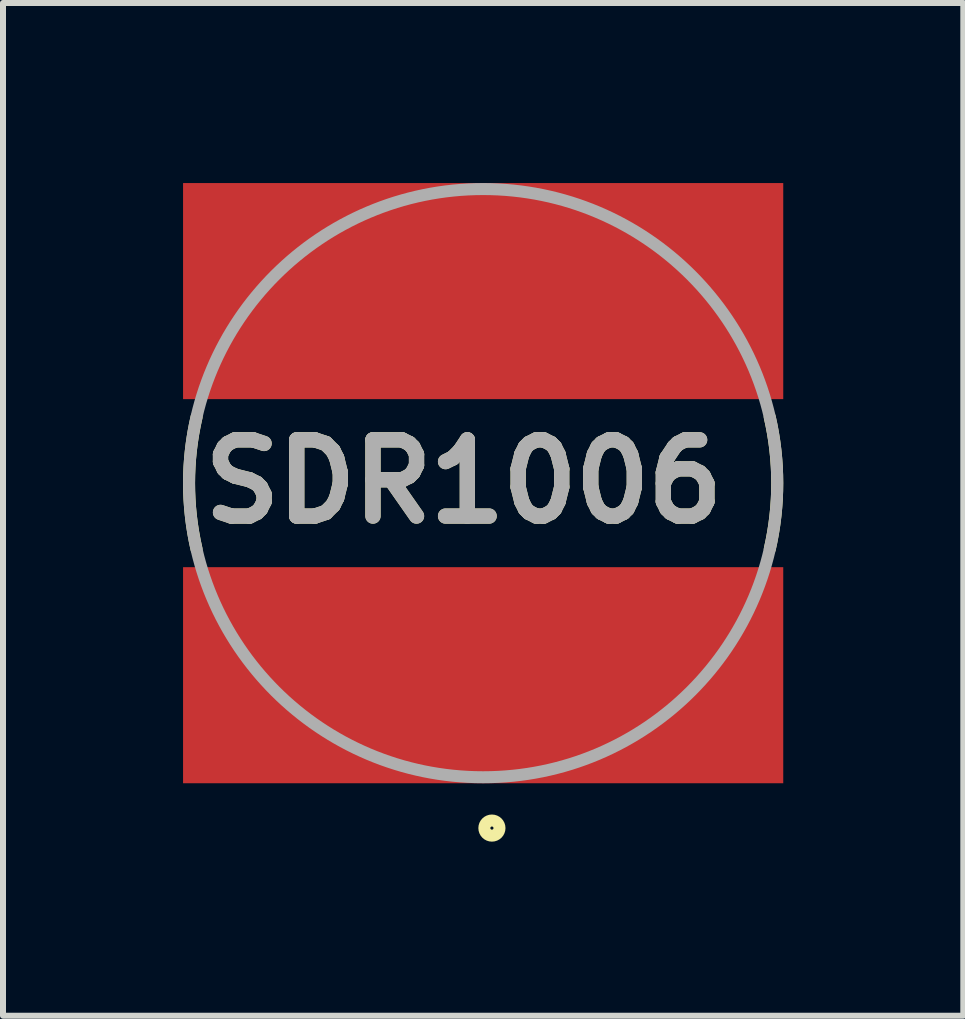
<source format=kicad_pcb>
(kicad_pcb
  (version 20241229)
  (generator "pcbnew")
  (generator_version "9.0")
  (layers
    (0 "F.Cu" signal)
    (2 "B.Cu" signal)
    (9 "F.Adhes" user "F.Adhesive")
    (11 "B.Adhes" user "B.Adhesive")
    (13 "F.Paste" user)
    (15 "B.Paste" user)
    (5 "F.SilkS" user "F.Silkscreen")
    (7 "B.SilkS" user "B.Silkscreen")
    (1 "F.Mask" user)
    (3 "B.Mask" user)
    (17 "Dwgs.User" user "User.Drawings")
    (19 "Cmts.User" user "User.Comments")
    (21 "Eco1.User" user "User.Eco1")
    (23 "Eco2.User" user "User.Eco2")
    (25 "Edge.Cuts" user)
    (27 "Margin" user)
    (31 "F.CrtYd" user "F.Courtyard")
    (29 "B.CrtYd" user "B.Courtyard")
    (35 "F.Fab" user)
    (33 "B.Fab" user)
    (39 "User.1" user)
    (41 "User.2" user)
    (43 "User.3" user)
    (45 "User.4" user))
  (footprint "SDR1006"
    (layer "F.Cu")
    (at 5 5)
    (property "Reference" "SDR1006" (at -0.324 -0.026 0) (layer "F.SilkS") (effects (font (size 1.27 1.27) (thickness 0.254))))
    (attr smd)
    (fp_arc (start -4.775807 1.096187) (mid -4.899995 -0.001956) (end -4.77493 -1.1) (stroke (width 0.2) (type solid)) (layer "F.SilkS"))
    (fp_arc (start 4.77493 -1.1) (mid 4.899995 -0.001956) (end 4.775807 1.096187) (stroke (width 0.2) (type solid)) (layer "F.SilkS"))
    (fp_circle (center 0.146 5.747) (end 0.146 5.773) (stroke (width 0.2) (type solid)) (fill no) (layer "F.SilkS"))
    (fp_circle (center 0 0) (end 0 4.9) (stroke (width 0.2) (type solid)) (fill no) (layer "F.Fab"))
    (fp_text user "${REFERENCE}" (at -0.324 -0.026 0) (layer "F.Fab") (effects (font (size 1.27 1.27) (thickness 0.254))))
    (pad "1" smd rect (at 0 3.2 90) (size 3.6 10) (layers "F.Cu" "F.Mask" "F.Paste"))
    (pad "2" smd rect (at 0 -3.2 90) (size 3.6 10) (layers "F.Cu" "F.Mask" "F.Paste")))
  (gr_rect
    (start -3 -3)
    (end 13 13.873)
    (stroke (width 0.1) (type default))
    (fill no)
    (layer "Edge.Cuts")))
</source>
